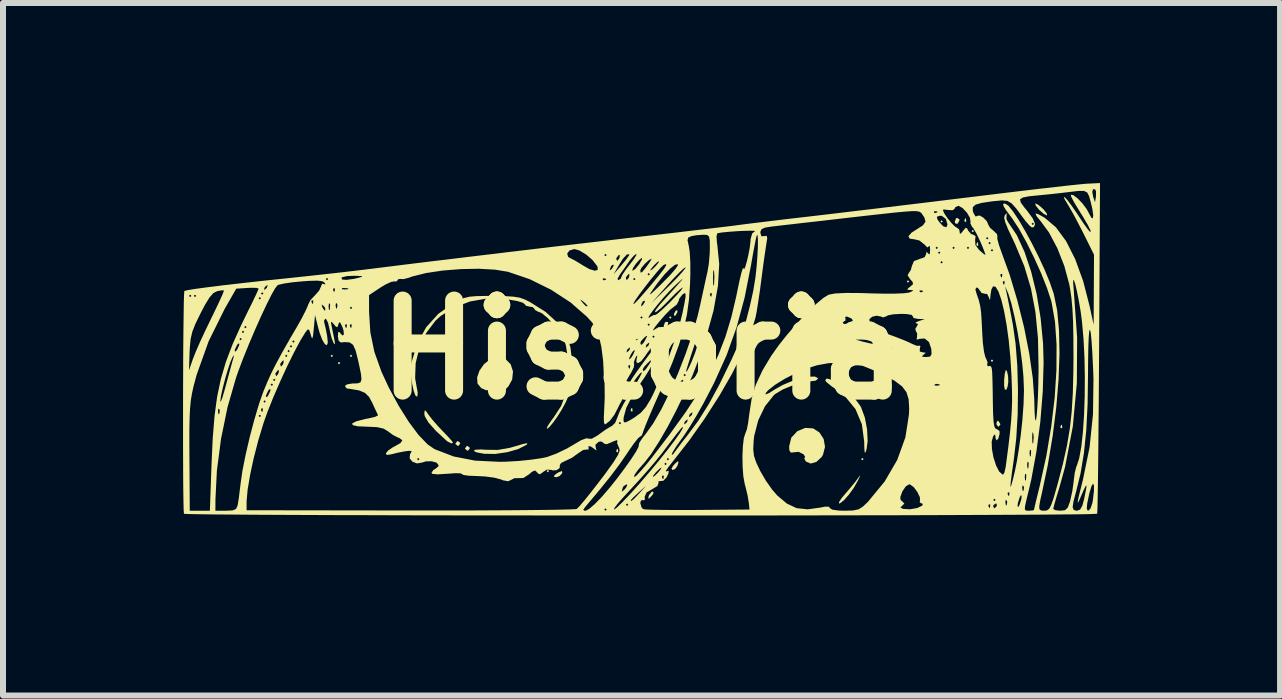
<source format=kicad_pcb>
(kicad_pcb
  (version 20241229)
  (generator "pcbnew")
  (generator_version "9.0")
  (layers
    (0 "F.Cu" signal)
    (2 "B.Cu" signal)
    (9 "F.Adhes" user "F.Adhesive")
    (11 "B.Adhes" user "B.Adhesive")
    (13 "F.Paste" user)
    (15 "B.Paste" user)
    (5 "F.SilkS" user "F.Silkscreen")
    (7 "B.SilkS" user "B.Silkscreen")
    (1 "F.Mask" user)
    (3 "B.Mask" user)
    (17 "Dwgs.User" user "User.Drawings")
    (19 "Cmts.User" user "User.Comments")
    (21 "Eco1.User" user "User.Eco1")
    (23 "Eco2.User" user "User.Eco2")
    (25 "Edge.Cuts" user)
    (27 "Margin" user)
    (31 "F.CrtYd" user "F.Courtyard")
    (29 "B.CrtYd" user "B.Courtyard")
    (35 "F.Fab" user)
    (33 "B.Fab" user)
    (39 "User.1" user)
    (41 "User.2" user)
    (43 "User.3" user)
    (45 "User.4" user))
  (footprint "Historia"
    (layer "F.Cu")
    (at 7.659 2.78)
    (property "Reference" "Historia" (at 0 0 0) (layer "F.SilkS") (effects (font (size 1.5 1.5) (thickness 0.3))))
    (attr board_only exclude_from_pos_files exclude_from_bom)
    (fp_poly (pts (xy -5.16 0.1) (xy -5.18 0.12) (xy -5.2 0.1) (xy -5.18 0.08)) (stroke (width 0) (type solid)) (fill yes) (layer "F.SilkS"))
    (fp_poly (pts (xy -5.04 0.22) (xy -5.06 0.24) (xy -5.08 0.22) (xy -5.06 0.2)) (stroke (width 0) (type solid)) (fill yes) (layer "F.SilkS"))
    (fp_poly (pts (xy -4.84 0.1) (xy -4.86 0.12) (xy -4.88 0.1) (xy -4.86 0.08)) (stroke (width 0) (type solid)) (fill yes) (layer "F.SilkS"))
    (fp_poly (pts (xy -1.56 2.02) (xy -1.58 2.04) (xy -1.6 2.02) (xy -1.58 2)) (stroke (width 0) (type solid)) (fill yes) (layer "F.SilkS"))
    (fp_poly (pts (xy 0.48 -0.54) (xy 0.46 -0.52) (xy 0.44 -0.54) (xy 0.46 -0.56)) (stroke (width 0) (type solid)) (fill yes) (layer "F.SilkS"))
    (fp_poly (pts (xy 2.56 -0.62) (xy 2.54 -0.6) (xy 2.52 -0.62) (xy 2.54 -0.64)) (stroke (width 0) (type solid)) (fill yes) (layer "F.SilkS"))
    (fp_poly (pts (xy 2.68 -0.66) (xy 2.66 -0.64) (xy 2.64 -0.66) (xy 2.66 -0.68)) (stroke (width 0) (type solid)) (fill yes) (layer "F.SilkS"))
    (fp_poly (pts (xy 3.68 1.82) (xy 3.66 1.84) (xy 3.64 1.82) (xy 3.66 1.8)) (stroke (width 0) (type solid)) (fill yes) (layer "F.SilkS"))
    (fp_poly (pts (xy 4.44 -1.14) (xy 4.42 -1.12) (xy 4.4 -1.14) (xy 4.42 -1.16)) (stroke (width 0) (type solid)) (fill yes) (layer "F.SilkS"))
    (fp_poly (pts (xy 5 -2.14) (xy 4.98 -2.12) (xy 4.96 -2.14) (xy 4.98 -2.16)) (stroke (width 0) (type solid)) (fill yes) (layer "F.SilkS"))
    (fp_poly (pts (xy 5.52 -1.98) (xy 5.5 -1.96) (xy 5.48 -1.98) (xy 5.5 -2)) (stroke (width 0) (type solid)) (fill yes) (layer "F.SilkS"))
    (fp_poly (pts (xy 5.84 0.18) (xy 5.82 0.2) (xy 5.8 0.18) (xy 5.82 0.16)) (stroke (width 0) (type solid)) (fill yes) (layer "F.SilkS"))
    (fp_poly (pts (xy -0.413 1.653) (xy -0.409 1.701) (xy -0.413 1.707) (xy -0.437 1.701) (xy -0.44 1.68) (xy -0.425 1.647)) (stroke (width 0) (type solid)) (fill yes) (layer "F.SilkS"))
    (fp_poly (pts (xy -0.173 0.973) (xy -0.169 1.021) (xy -0.173 1.027) (xy -0.197 1.021) (xy -0.2 1) (xy -0.185 0.967)) (stroke (width 0) (type solid)) (fill yes) (layer "F.SilkS"))
    (fp_poly (pts (xy 5.387 -2.187) (xy 5.391 -2.139) (xy 5.387 -2.133) (xy 5.363 -2.139) (xy 5.36 -2.16) (xy 5.375 -2.193)) (stroke (width 0) (type solid)) (fill yes) (layer "F.SilkS"))
    (fp_poly (pts (xy 5.587 -1.787) (xy 5.591 -1.739) (xy 5.587 -1.733) (xy 5.563 -1.739) (xy 5.56 -1.76) (xy 5.575 -1.793)) (stroke (width 0) (type solid)) (fill yes) (layer "F.SilkS"))
    (fp_poly (pts (xy 6.987 1.253) (xy 6.991 1.301) (xy 6.987 1.307) (xy 6.963 1.301) (xy 6.96 1.28) (xy 6.975 1.247)) (stroke (width 0) (type solid)) (fill yes) (layer "F.SilkS"))
    (fp_poly (pts (xy 0.582 -0.653) (xy 0.575 -0.622) (xy 0.543 -0.566) (xy 0.522 -0.575) (xy 0.52 -0.598) (xy 0.549 -0.652) (xy 0.56 -0.66)) (stroke (width 0) (type solid)) (fill yes) (layer "F.SilkS"))
    (fp_poly (pts (xy -3.041 1.55) (xy -3.04 1.56) (xy -3.07 1.599) (xy -3.08 1.6) (xy -3.119 1.57) (xy -3.12 1.56) (xy -3.09 1.521) (xy -3.08 1.52)) (stroke (width 0) (type solid)) (fill yes) (layer "F.SilkS"))
    (fp_poly (pts (xy -2.881 1.63) (xy -2.88 1.64) (xy -2.91 1.679) (xy -2.92 1.68) (xy -2.959 1.65) (xy -2.96 1.64) (xy -2.93 1.601) (xy -2.92 1.6)) (stroke (width 0) (type solid)) (fill yes) (layer "F.SilkS"))
    (fp_poly (pts (xy 0.182 2.384) (xy 0.16 2.42) (xy 0.113 2.47) (xy 0.096 2.48) (xy 0.096 2.45) (xy 0.106 2.42) (xy 0.147 2.367) (xy 0.169 2.36)) (stroke (width 0) (type solid)) (fill yes) (layer "F.SilkS"))
    (fp_poly (pts (xy 0.596 1.877) (xy 0.576 1.937) (xy 0.539 1.986) (xy 0.496 2.002) (xy 0.48 1.977) (xy 0.505 1.934) (xy 0.54 1.894) (xy 0.589 1.853)) (stroke (width 0) (type solid)) (fill yes) (layer "F.SilkS"))
    (fp_poly (pts (xy 5.279 -2.171) (xy 5.28 -2.162) (xy 5.251 -2.108) (xy 5.24 -2.1) (xy 5.206 -2.109) (xy 5.2 -2.138) (xy 5.221 -2.192) (xy 5.24 -2.2)) (stroke (width 0) (type solid)) (fill yes) (layer "F.SilkS"))
    (fp_poly (pts (xy 5.927 1.184) (xy 5.96 1.237) (xy 5.96 1.242) (xy 5.933 1.279) (xy 5.927 1.28) (xy 5.897 1.248) (xy 5.893 1.222) (xy 5.911 1.181)) (stroke (width 0) (type solid)) (fill yes) (layer "F.SilkS"))
    (fp_poly (pts (xy -1.34 2.045) (xy -1.345 2.059) (xy -1.385 2.102) (xy -1.441 2.123) (xy -1.478 2.111) (xy -1.48 2.101) (xy -1.449 2.07) (xy -1.401 2.04) (xy -1.345 2.018)) (stroke (width 0) (type solid)) (fill yes) (layer "F.SilkS"))
    (fp_poly (pts (xy 6.598 -2.413) (xy 6.672 -2.348) (xy 6.68 -2.34) (xy 6.732 -2.274) (xy 6.739 -2.241) (xy 6.734 -2.24) (xy 6.682 -2.267) (xy 6.608 -2.332) (xy 6.6 -2.34) (xy 6.548 -2.406) (xy 6.541 -2.439) (xy 6.546 -2.44)) (stroke (width 0) (type solid)) (fill yes) (layer "F.SilkS"))
    (fp_poly (pts (xy 6.07 0.355) (xy 6.087 0.431) (xy 6.088 0.433) (xy 6.092 0.529) (xy 6.08 0.613) (xy 6.059 0.665) (xy 6.034 0.66) (xy 6.033 0.657) (xy 6.022 0.596) (xy 6.023 0.497) (xy 6.033 0.398) (xy 6.05 0.337) (xy 6.052 0.334)) (stroke (width 0) (type solid)) (fill yes) (layer "F.SilkS"))
    (fp_poly (pts (xy 3.594 2.161) (xy 3.582 2.185) (xy 3.517 2.299) (xy 3.435 2.412) (xy 3.353 2.505) (xy 3.288 2.556) (xy 3.272 2.56) (xy 3.272 2.534) (xy 3.317 2.467) (xy 3.365 2.41) (xy 3.461 2.298) (xy 3.546 2.194) (xy 3.571 2.16) (xy 3.617 2.096) (xy 3.624 2.095)) (stroke (width 0) (type solid)) (fill yes) (layer "F.SilkS"))
    (fp_poly (pts (xy -3.615 1.015) (xy -3.569 1.08) (xy -3.504 1.164) (xy -3.407 1.275) (xy -3.331 1.355) (xy -3.241 1.449) (xy -3.179 1.519) (xy -3.16 1.545) (xy -3.186 1.558) (xy -3.246 1.53) (xy -3.275 1.508) (xy -3.449 1.346) (xy -3.57 1.209) (xy -3.631 1.105) (xy -3.638 1.068) (xy -3.634 1.011)) (stroke (width 0) (type solid)) (fill yes) (layer "F.SilkS"))
    (fp_poly (pts (xy -1.925 1.571) (xy -1.939 1.583) (xy -2.075 1.653) (xy -2.259 1.705) (xy -2.459 1.734) (xy -2.64 1.731) (xy -2.766 1.708) (xy -2.816 1.683) (xy -2.791 1.664) (xy -2.694 1.659) (xy -2.617 1.664) (xy -2.415 1.667) (xy -2.214 1.632) (xy -2.12 1.605) (xy -1.987 1.566) (xy -1.924 1.555)) (stroke (width 0) (type solid)) (fill yes) (layer "F.SilkS"))
    (fp_poly (pts (xy -2.285 0.153) (xy -2.2 0.24) (xy -2.161 0.36) (xy -2.175 0.494) (xy -2.235 0.604) (xy -2.292 0.665) (xy -2.333 0.667) (xy -2.378 0.628) (xy -2.452 0.575) (xy -2.517 0.561) (xy -2.55 0.587) (xy -2.546 0.62) (xy -2.549 0.669) (xy -2.606 0.673) (xy -2.69 0.637) (xy -2.752 0.562) (xy -2.759 0.459) (xy -2.72 0.346) (xy -2.645 0.239) (xy -2.545 0.158) (xy -2.429 0.121) (xy -2.409 0.12)) (stroke (width 0) (type solid)) (fill yes) (layer "F.SilkS"))
    (fp_poly (pts (xy 2.84 1.308) (xy 2.945 1.376) (xy 3.015 1.484) (xy 3.038 1.615) (xy 3.004 1.748) (xy 2.981 1.786) (xy 2.895 1.866) (xy 2.8 1.894) (xy 2.722 1.862) (xy 2.717 1.856) (xy 2.691 1.81) (xy 2.7 1.8) (xy 2.704 1.775) (xy 2.68 1.74) (xy 2.598 1.699) (xy 2.535 1.705) (xy 2.468 1.712) (xy 2.443 1.673) (xy 2.44 1.609) (xy 2.476 1.462) (xy 2.577 1.354) (xy 2.709 1.3)) (stroke (width 0) (type solid)) (fill yes) (layer "F.SilkS"))
    (fp_poly (pts (xy 3.129 0.492) (xy 3.223 0.544) (xy 3.333 0.624) (xy 3.445 0.721) (xy 3.546 0.826) (xy 3.622 0.928) (xy 3.639 0.958) (xy 3.701 1.126) (xy 3.739 1.325) (xy 3.748 1.519) (xy 3.729 1.66) (xy 3.71 1.713) (xy 3.699 1.707) (xy 3.693 1.635) (xy 3.691 1.528) (xy 3.652 1.239) (xy 3.545 0.986) (xy 3.372 0.775) (xy 3.251 0.68) (xy 3.143 0.603) (xy 3.067 0.541) (xy 3.041 0.51) (xy 3.064 0.477)) (stroke (width 0) (type solid)) (fill yes) (layer "F.SilkS"))
    (fp_poly (pts (xy -2.5 -0.898) (xy -2.298 -0.896) (xy -2.154 -0.887) (xy -2.049 -0.87) (xy -1.962 -0.839) (xy -1.88 -0.798) (xy -1.618 -0.633) (xy -1.425 -0.457) (xy -1.29 -0.261) (xy -1.289 -0.26) (xy -1.236 -0.147) (xy -1.204 -0.04) (xy -1.188 0.09) (xy -1.182 0.268) (xy -1.182 0.3) (xy -1.184 0.489) (xy -1.198 0.626) (xy -1.226 0.74) (xy -1.276 0.859) (xy -1.286 0.88) (xy -1.347 0.993) (xy -1.419 1.108) (xy -1.492 1.21) (xy -1.553 1.284) (xy -1.592 1.314) (xy -1.6 1.304) (xy -1.577 1.258) (xy -1.52 1.174) (xy -1.485 1.128) (xy -1.358 0.933) (xy -1.281 0.726) (xy -1.247 0.487) (xy -1.247 0.245) (xy -1.259 0.059) (xy -1.279 -0.071) (xy -1.312 -0.17) (xy -1.364 -0.263) (xy -1.371 -0.273) (xy -1.475 -0.413) (xy -1.583 -0.531) (xy -1.681 -0.612) (xy -1.75 -0.64) (xy -1.796 -0.665) (xy -1.8 -0.68) (xy -1.834 -0.713) (xy -1.88 -0.72) (xy -1.945 -0.735) (xy -1.96 -0.755) (xy -1.997 -0.786) (xy -2.094 -0.815) (xy -2.232 -0.838) (xy -2.391 -0.853) (xy -2.552 -0.856) (xy -2.607 -0.854) (xy -2.876 -0.807) (xy -3.137 -0.708) (xy -3.364 -0.567) (xy -3.453 -0.487) (xy -3.607 -0.282) (xy -3.719 -0.039) (xy -3.783 0.22) (xy -3.792 0.471) (xy -3.768 0.61) (xy -3.749 0.71) (xy -3.755 0.773) (xy -3.76 0.78) (xy -3.788 0.76) (xy -3.816 0.682) (xy -3.841 0.567) (xy -3.859 0.438) (xy -3.865 0.317) (xy -3.858 0.229) (xy -3.757 -0.104) (xy -3.608 -0.377) (xy -3.405 -0.601) (xy -3.166 -0.769) (xy -3.063 -0.827) (xy -2.977 -0.864) (xy -2.886 -0.886) (xy -2.77 -0.896) (xy -2.606 -0.899)) (stroke (width 0) (type solid)) (fill yes) (layer "F.SilkS"))
    (fp_poly (pts (xy 7.605 -0.04) (xy 7.602 0.421) (xy 7.599 0.859) (xy 7.595 1.266) (xy 7.592 1.637) (xy 7.588 1.965) (xy 7.585 2.243) (xy 7.581 2.465) (xy 7.578 2.623) (xy 7.574 2.712) (xy 7.572 2.73) (xy 7.531 2.733) (xy 7.415 2.737) (xy 7.228 2.74) (xy 6.976 2.742) (xy 6.662 2.745) (xy 6.293 2.747) (xy 5.872 2.749) (xy 5.404 2.751) (xy 4.894 2.753) (xy 4.347 2.755) (xy 3.767 2.756) (xy 3.16 2.757) (xy 2.529 2.758) (xy 1.88 2.759) (xy 1.218 2.759) (xy 0.547 2.759) (xy -0.128 2.759) (xy -0.803 2.759) (xy -1.472 2.759) (xy -2.131 2.758) (xy -2.776 2.758) (xy -3.4 2.757) (xy -4.001 2.756) (xy -4.572 2.754) (xy -5.109 2.753) (xy -5.608 2.751) (xy -6.064 2.749) (xy -6.471 2.747) (xy -6.826 2.744) (xy -7.123 2.742) (xy -7.358 2.739) (xy -7.526 2.736) (xy -7.622 2.733) (xy -7.644 2.73) (xy -7.649 2.663) (xy -7.652 2.53) (xy -7.655 2.339) (xy -7.657 2.1) (xy -7.658 1.823) (xy -7.659 1.608) (xy -7.554 1.608) (xy -7.553 1.796) (xy -7.547 2.68) (xy -7.38 2.68) (xy -7.212 2.68) (xy -7.12 2.68) (xy -6.943 2.68) (xy -6.832 2.675) (xy -6.825 2.672) (xy -6.6 2.672) (xy -3.87 2.676) (xy -3.409 2.676) (xy -2.972 2.676) (xy -2.564 2.674) (xy -2.193 2.672) (xy -1.865 2.669) (xy -1.586 2.666) (xy -1.407 2.663) (xy -0.991 2.663) (xy -0.973 2.679) (xy -0.949 2.68) (xy -0.911 2.66) (xy -0.64 2.66) (xy -0.62 2.68) (xy -0.6 2.66) (xy -0.48 2.66) (xy -0.473 2.659) (xy -0.424 2.622) (xy -0.382 2.58) (xy -0.28 2.58) (xy -0.26 2.6) (xy -0.24 2.58) (xy -0.26 2.56) (xy -0.28 2.58) (xy -0.382 2.58) (xy -0.355 2.554) (xy -0.04 2.554) (xy -0.018 2.629) (xy 0.01 2.654) (xy 0.063 2.66) (xy 0.184 2.664) (xy 0.36 2.667) (xy 0.579 2.668) (xy 0.827 2.668) (xy 0.92 2.667) (xy 1.78 2.66) (xy 1.767 2.54) (xy 1.748 2.427) (xy 1.714 2.285) (xy 1.7 2.234) (xy 1.677 2.109) (xy 1.665 1.947) (xy 1.662 1.772) (xy 1.667 1.654) (xy 1.842 1.654) (xy 1.854 1.765) (xy 1.892 1.878) (xy 1.959 2.019) (xy 2.05 2.176) (xy 2.157 2.328) (xy 2.242 2.426) (xy 2.403 2.561) (xy 2.564 2.637) (xy 2.747 2.657) (xy 2.971 2.626) (xy 3.03 2.613) (xy 3.101 2.612) (xy 3.12 2.636) (xy 3.158 2.662) (xy 3.265 2.677) (xy 3.365 2.68) (xy 3.505 2.676) (xy 3.597 2.657) (xy 3.671 2.61) (xy 3.755 2.53) (xy 3.817 2.454) (xy 4.292 2.454) (xy 4.298 2.502) (xy 4.325 2.524) (xy 4.36 2.561) (xy 4.324 2.596) (xy 4.294 2.628) (xy 4.338 2.649) (xy 4.344 2.65) (xy 4.455 2.656) (xy 4.575 2.635) (xy 4.647 2.6) (xy 5.76 2.6) (xy 5.775 2.633) (xy 5.787 2.627) (xy 5.789 2.6) (xy 5.84 2.6) (xy 5.854 2.639) (xy 5.858 2.64) (xy 5.892 2.612) (xy 5.9 2.6) (xy 6.246 2.6) (xy 6.256 2.622) (xy 6.28 2.58) (xy 6.309 2.487) (xy 6.314 2.44) (xy 6.304 2.418) (xy 6.28 2.46) (xy 6.251 2.553) (xy 6.246 2.6) (xy 5.9 2.6) (xy 5.897 2.563) (xy 5.882 2.56) (xy 5.842 2.589) (xy 5.84 2.6) (xy 5.789 2.6) (xy 5.791 2.579) (xy 5.787 2.573) (xy 5.763 2.579) (xy 5.76 2.6) (xy 4.647 2.6) (xy 4.658 2.595) (xy 4.668 2.564) (xy 4.646 2.56) (xy 4.614 2.537) (xy 4.614 2.537) (xy 6.043 2.537) (xy 6.051 2.589) (xy 6.064 2.589) (xy 6.074 2.536) (xy 6.067 2.513) (xy 6.05 2.497) (xy 6.043 2.537) (xy 4.614 2.537) (xy 4.62 2.52) (xy 4.62 2.5) (xy 5.84 2.5) (xy 5.86 2.52) (xy 5.88 2.5) (xy 5.86 2.48) (xy 5.84 2.5) (xy 4.62 2.5) (xy 4.619 2.457) (xy 4.592 2.4) (xy 6.08 2.4) (xy 6.095 2.433) (xy 6.107 2.427) (xy 6.111 2.379) (xy 6.107 2.373) (xy 6.083 2.379) (xy 6.08 2.4) (xy 4.592 2.4) (xy 4.578 2.37) (xy 4.524 2.297) (xy 6.323 2.297) (xy 6.331 2.349) (xy 6.344 2.349) (xy 6.354 2.296) (xy 6.347 2.272) (xy 6.33 2.257) (xy 6.323 2.297) (xy 4.524 2.297) (xy 4.517 2.288) (xy 4.455 2.242) (xy 4.441 2.24) (xy 4.385 2.273) (xy 4.329 2.354) (xy 4.324 2.364) (xy 4.292 2.454) (xy 3.817 2.454) (xy 4.032 2.193) (xy 4.241 1.834) (xy 4.377 1.458) (xy 4.437 1.073) (xy 4.44 0.97) (xy 4.431 0.822) (xy 4.395 0.706) (xy 4.322 0.608) (xy 4.298 0.59) (xy 4.857 0.59) (xy 4.897 0.597) (xy 4.949 0.589) (xy 4.949 0.576) (xy 4.896 0.566) (xy 4.872 0.573) (xy 4.857 0.59) (xy 4.298 0.59) (xy 4.2 0.516) (xy 4.017 0.415) (xy 3.953 0.382) (xy 3.661 0.264) (xy 3.384 0.211) (xy 3.098 0.221) (xy 2.902 0.257) (xy 2.735 0.31) (xy 2.55 0.388) (xy 2.367 0.482) (xy 2.208 0.58) (xy 2.091 0.672) (xy 2.049 0.721) (xy 2.05 0.743) (xy 2.11 0.717) (xy 2.201 0.659) (xy 2.331 0.586) (xy 2.48 0.523) (xy 2.631 0.476) (xy 2.765 0.448) (xy 2.866 0.444) (xy 2.917 0.468) (xy 2.92 0.48) (xy 2.886 0.511) (xy 2.827 0.52) (xy 2.678 0.539) (xy 2.503 0.59) (xy 2.335 0.659) (xy 2.207 0.736) (xy 2.186 0.754) (xy 2.038 0.939) (xy 1.925 1.174) (xy 1.858 1.432) (xy 1.849 1.51) (xy 1.842 1.654) (xy 1.667 1.654) (xy 1.669 1.605) (xy 1.685 1.47) (xy 1.711 1.389) (xy 1.713 1.386) (xy 1.736 1.324) (xy 1.758 1.209) (xy 1.775 1.076) (xy 1.815 0.815) (xy 1.885 0.58) (xy 1.996 0.342) (xy 2.141 0.1) (xy 2.219 -0.01) (xy 4.057 -0.01) (xy 4.097 -0.003) (xy 4.149 -0.011) (xy 4.149 -0.024) (xy 4.096 -0.034) (xy 4.072 -0.027) (xy 4.057 -0.01) (xy 2.219 -0.01) (xy 2.263 -0.072) (xy 2.351 -0.184) (xy 3.534 -0.184) (xy 3.58 -0.162) (xy 3.66 -0.139) (xy 3.799 -0.106) (xy 3.891 -0.091) (xy 3.928 -0.093) (xy 3.902 -0.111) (xy 3.82 -0.141) (xy 3.692 -0.175) (xy 3.579 -0.192) (xy 3.56 -0.192) (xy 3.534 -0.184) (xy 2.351 -0.184) (xy 2.41 -0.257) (xy 2.55 -0.419) (xy 3.758 -0.419) (xy 3.773 -0.395) (xy 3.85 -0.354) (xy 3.974 -0.303) (xy 4.047 -0.277) (xy 4.212 -0.217) (xy 4.36 -0.159) (xy 4.464 -0.113) (xy 4.484 -0.102) (xy 4.566 -0.068) (xy 4.617 -0.07) (xy 4.628 -0.064) (xy 4.618 -0.029) (xy 4.617 0.027) (xy 4.666 0.041) (xy 4.715 0.047) (xy 4.689 0.074) (xy 4.68 0.08) (xy 4.651 0.108) (xy 4.692 0.119) (xy 4.722 0.119) (xy 4.789 0.112) (xy 4.813 0.071) (xy 4.808 -0.019) (xy 4.77 -0.131) (xy 4.698 -0.19) (xy 4.609 -0.184) (xy 4.594 -0.176) (xy 4.563 -0.174) (xy 4.571 -0.212) (xy 4.573 -0.28) (xy 4.556 -0.302) (xy 4.542 -0.349) (xy 4.563 -0.384) (xy 4.588 -0.43) (xy 4.555 -0.444) (xy 4.546 -0.456) (xy 4.6 -0.48) (xy 4.7 -0.512) (xy 4.588 -0.516) (xy 4.514 -0.531) (xy 4.5 -0.56) (xy 4.479 -0.584) (xy 4.389 -0.598) (xy 4.305 -0.6) (xy 4.179 -0.593) (xy 4.088 -0.576) (xy 4.06 -0.56) (xy 4.007 -0.541) (xy 3.968 -0.556) (xy 3.897 -0.57) (xy 3.824 -0.552) (xy 3.778 -0.514) (xy 3.78 -0.481) (xy 3.773 -0.432) (xy 3.758 -0.419) (xy 2.55 -0.419) (xy 2.571 -0.442) (xy 2.584 -0.456) (xy 3.334 -0.456) (xy 3.34 -0.44) (xy 3.394 -0.423) (xy 3.448 -0.444) (xy 3.502 -0.484) (xy 3.486 -0.516) (xy 3.475 -0.524) (xy 3.404 -0.556) (xy 3.372 -0.548) (xy 3.38 -0.52) (xy 3.376 -0.483) (xy 3.36 -0.48) (xy 3.334 -0.456) (xy 2.584 -0.456) (xy 2.733 -0.614) (xy 2.884 -0.76) (xy 3.012 -0.867) (xy 3.1 -0.92) (xy 3.206 -0.94) (xy 3.388 -0.949) (xy 3.643 -0.947) (xy 3.785 -0.942) (xy 4.003 -0.937) (xy 4.195 -0.937) (xy 4.345 -0.943) (xy 4.436 -0.954) (xy 4.447 -0.958) (xy 4.506 -0.985) (xy 4.504 -0.987) (xy 4.613 -0.987) (xy 4.619 -0.963) (xy 4.64 -0.96) (xy 4.673 -0.975) (xy 4.667 -0.987) (xy 4.619 -0.991) (xy 4.613 -0.987) (xy 4.504 -0.987) (xy 4.494 -0.996) (xy 4.462 -0.997) (xy 4.409 -1.003) (xy 4.412 -1.008) (xy 5.543 -1.008) (xy 5.565 -0.93) (xy 5.599 -0.834) (xy 5.622 -0.741) (xy 5.638 -0.63) (xy 5.648 -0.48) (xy 5.657 -0.29) (xy 5.668 -0.114) (xy 5.687 0.03) (xy 5.709 0.121) (xy 5.719 0.138) (xy 5.747 0.207) (xy 5.74 0.239) (xy 5.745 0.271) (xy 5.765 0.271) (xy 5.789 0.268) (xy 5.805 0.278) (xy 5.817 0.313) (xy 5.824 0.385) (xy 5.828 0.506) (xy 5.832 0.687) (xy 5.834 0.85) (xy 5.838 1.055) (xy 5.846 1.192) (xy 5.859 1.274) (xy 5.878 1.312) (xy 5.9 1.32) (xy 5.945 1.351) (xy 5.947 1.399) (xy 5.925 1.478) (xy 5.899 1.508) (xy 5.881 1.479) (xy 5.879 1.457) (xy 5.873 1.406) (xy 5.846 1.43) (xy 5.839 1.44) (xy 5.815 1.527) (xy 5.819 1.652) (xy 5.845 1.793) (xy 5.888 1.926) (xy 5.94 2.028) (xy 5.997 2.077) (xy 6.006 2.079) (xy 6.027 2.044) (xy 6.047 1.957) (xy 6.051 1.93) (xy 6.091 1.625) (xy 6.12 1.38) (xy 6.139 1.18) (xy 6.15 1.005) (xy 6.155 0.838) (xy 6.153 0.661) (xy 6.146 0.456) (xy 6.144 0.417) (xy 6.126 0.123) (xy 6.099 -0.159) (xy 6.063 -0.42) (xy 6.021 -0.649) (xy 5.975 -0.837) (xy 5.927 -0.975) (xy 5.88 -1.051) (xy 5.838 -1.059) (xy 5.81 -1.006) (xy 5.795 -0.911) (xy 5.795 -0.908) (xy 5.788 -0.836) (xy 5.778 -0.842) (xy 5.772 -0.868) (xy 5.739 -0.931) (xy 5.703 -0.935) (xy 5.646 -0.949) (xy 5.626 -0.978) (xy 5.585 -1.032) (xy 5.562 -1.04) (xy 5.543 -1.008) (xy 4.412 -1.008) (xy 4.424 -1.028) (xy 4.457 -1.053) (xy 4.465 -1.06) (xy 6.038 -1.06) (xy 6.061 -0.96) (xy 6.078 -0.881) (xy 6.106 -0.743) (xy 6.14 -0.569) (xy 6.168 -0.42) (xy 6.213 -0.104) (xy 6.242 0.266) (xy 6.253 0.667) (xy 6.248 1.075) (xy 6.225 1.468) (xy 6.185 1.817) (xy 6.152 2.047) (xy 6.133 2.2) (xy 6.127 2.275) (xy 6.136 2.274) (xy 6.158 2.199) (xy 6.178 2.12) (xy 6.366 2.12) (xy 6.373 2.177) (xy 6.386 2.17) (xy 6.392 2.088) (xy 6.386 2.07) (xy 6.372 2.065) (xy 6.366 2.12) (xy 6.178 2.12) (xy 6.195 2.049) (xy 6.202 2.02) (xy 6.222 1.92) (xy 6.406 1.92) (xy 6.413 1.977) (xy 6.426 1.97) (xy 6.432 1.888) (xy 6.426 1.87) (xy 6.412 1.865) (xy 6.406 1.92) (xy 6.222 1.92) (xy 6.236 1.849) (xy 6.257 1.72) (xy 6.446 1.72) (xy 6.453 1.777) (xy 6.466 1.77) (xy 6.472 1.688) (xy 6.466 1.67) (xy 6.452 1.665) (xy 6.446 1.72) (xy 6.257 1.72) (xy 6.271 1.628) (xy 6.294 1.46) (xy 6.49 1.46) (xy 6.493 1.542) (xy 6.502 1.564) (xy 6.507 1.55) (xy 6.515 1.454) (xy 6.508 1.39) (xy 6.498 1.368) (xy 6.491 1.416) (xy 6.49 1.46) (xy 6.294 1.46) (xy 6.303 1.388) (xy 6.325 1.186) (xy 6.346 0.906) (xy 6.353 0.67) (xy 6.344 0.443) (xy 6.324 0.226) (xy 6.289 -0.039) (xy 6.245 -0.306) (xy 6.195 -0.556) (xy 6.144 -0.77) (xy 6.095 -0.928) (xy 6.082 -0.96) (xy 6.038 -1.06) (xy 4.465 -1.06) (xy 4.506 -1.097) (xy 4.499 -1.12) (xy 6 -1.12) (xy 6.015 -1.087) (xy 6.027 -1.093) (xy 6.031 -1.141) (xy 6.027 -1.147) (xy 6.003 -1.141) (xy 6 -1.12) (xy 4.499 -1.12) (xy 4.495 -1.137) (xy 4.458 -1.176) (xy 4.416 -1.24) (xy 5.96 -1.24) (xy 5.975 -1.207) (xy 5.987 -1.213) (xy 5.991 -1.261) (xy 5.987 -1.267) (xy 5.963 -1.261) (xy 5.96 -1.24) (xy 4.416 -1.24) (xy 4.415 -1.242) (xy 4.429 -1.274) (xy 4.467 -1.33) (xy 4.486 -1.4) (xy 4.512 -1.46) (xy 4.96 -1.46) (xy 4.98 -1.44) (xy 5 -1.46) (xy 4.98 -1.48) (xy 4.96 -1.46) (xy 4.512 -1.46) (xy 4.52 -1.48) (xy 4.607 -1.512) (xy 4.61 -1.513) (xy 4.699 -1.545) (xy 4.721 -1.593) (xy 4.729 -1.635) (xy 4.756 -1.606) (xy 4.78 -1.59) (xy 4.785 -1.62) (xy 4.92 -1.62) (xy 4.94 -1.6) (xy 4.96 -1.62) (xy 4.94 -1.64) (xy 4.92 -1.62) (xy 4.785 -1.62) (xy 4.789 -1.65) (xy 4.789 -1.666) (xy 4.786 -1.7) (xy 4.88 -1.7) (xy 4.9 -1.68) (xy 4.92 -1.7) (xy 5.16 -1.7) (xy 5.18 -1.68) (xy 5.2 -1.7) (xy 5.4 -1.7) (xy 5.42 -1.68) (xy 5.44 -1.7) (xy 5.42 -1.72) (xy 5.4 -1.7) (xy 5.2 -1.7) (xy 5.18 -1.72) (xy 5.16 -1.7) (xy 4.92 -1.7) (xy 4.9 -1.72) (xy 4.88 -1.7) (xy 4.786 -1.7) (xy 4.784 -1.73) (xy 4.771 -1.73) (xy 4.77 -1.727) (xy 4.743 -1.706) (xy 4.695 -1.756) (xy 4.693 -1.757) (xy 4.612 -1.822) (xy 4.54 -1.84) (xy 4.448 -1.854) (xy 4.428 -1.894) (xy 4.482 -1.955) (xy 4.559 -2.004) (xy 4.669 -2.075) (xy 4.712 -2.136) (xy 4.694 -2.206) (xy 4.686 -2.217) (xy 4.901 -2.217) (xy 4.909 -2.179) (xy 4.941 -2.13) (xy 5.008 -2.059) (xy 5.059 -2.043) (xy 5.079 -2.088) (xy 5.079 -2.09) (xy 5.051 -2.182) (xy 4.985 -2.233) (xy 4.944 -2.234) (xy 4.901 -2.217) (xy 4.686 -2.217) (xy 4.661 -2.255) (xy 4.645 -2.277) (xy 4.627 -2.294) (xy 4.601 -2.305) (xy 4.591 -2.307) (xy 4.853 -2.307) (xy 4.859 -2.283) (xy 4.88 -2.28) (xy 4.913 -2.295) (xy 4.907 -2.307) (xy 4.859 -2.311) (xy 4.853 -2.307) (xy 4.591 -2.307) (xy 4.556 -2.312) (xy 4.486 -2.312) (xy 4.383 -2.305) (xy 4.237 -2.292) (xy 4.042 -2.271) (xy 3.789 -2.243) (xy 3.47 -2.207) (xy 3.22 -2.178) (xy 2.954 -2.147) (xy 2.702 -2.119) (xy 2.479 -2.093) (xy 2.301 -2.073) (xy 2.184 -2.059) (xy 2.17 -2.058) (xy 2.045 -2.039) (xy 1.982 -2.013) (xy 1.961 -1.969) (xy 1.96 -1.953) (xy 1.977 -1.894) (xy 2.025 -1.896) (xy 2.066 -1.901) (xy 2.075 -1.857) (xy 2.064 -1.791) (xy 2.05 -1.699) (xy 2.028 -1.55) (xy 2.002 -1.364) (xy 1.979 -1.186) (xy 1.952 -0.981) (xy 1.923 -0.789) (xy 1.898 -0.632) (xy 1.881 -0.544) (xy 1.799 -0.272) (xy 1.666 0.044) (xy 1.491 0.393) (xy 1.279 0.761) (xy 1.038 1.137) (xy 0.775 1.51) (xy 0.503 1.858) (xy 0.428 1.953) (xy 0.387 2.014) (xy 0.39 2.026) (xy 0.39 2.026) (xy 0.434 2.013) (xy 0.428 2.06) (xy 0.397 2.126) (xy 0.343 2.181) (xy 0.299 2.185) (xy 0.261 2.19) (xy 0.264 2.216) (xy 0.245 2.268) (xy 0.164 2.318) (xy 0.162 2.319) (xy 0.065 2.375) (xy 0.033 2.445) (xy 0.036 2.493) (xy 0.017 2.508) (xy 0.001 2.501) (xy -0.032 2.512) (xy -0.04 2.554) (xy -0.355 2.554) (xy -0.335 2.535) (xy -0.309 2.507) (xy -0.2 2.507) (xy -0.188 2.518) (xy -0.144 2.482) (xy -0.059 2.392) (xy -0.057 2.39) (xy 0.06 2.26) (xy -0.07 2.377) (xy -0.149 2.451) (xy -0.195 2.499) (xy -0.2 2.507) (xy -0.309 2.507) (xy -0.218 2.412) (xy -0.084 2.263) (xy -0.052 2.228) (xy 0.04 2.12) (xy 0.168 2.12) (xy 0.206 2.094) (xy 0.26 2.04) (xy 0.306 1.982) (xy 0.312 1.96) (xy 0.274 1.986) (xy 0.22 2.04) (xy 0.174 2.098) (xy 0.168 2.12) (xy 0.32 2.12) (xy 0.335 2.153) (xy 0.347 2.147) (xy 0.351 2.099) (xy 0.347 2.093) (xy 0.323 2.099) (xy 0.32 2.12) (xy 0.168 2.12) (xy 0.04 2.12) (xy 0.116 2.032) (xy 0.226 1.9) (xy 0.36 1.9) (xy 0.38 1.92) (xy 0.4 1.9) (xy 0.38 1.88) (xy 0.36 1.9) (xy 0.226 1.9) (xy 0.274 1.841) (xy 0.291 1.82) (xy 0.4 1.82) (xy 0.42 1.84) (xy 0.44 1.82) (xy 0.42 1.8) (xy 0.4 1.82) (xy 0.291 1.82) (xy 0.352 1.744) (xy 0.482 1.744) (xy 0.501 1.745) (xy 0.532 1.705) (xy 0.582 1.636) (xy 0.663 1.529) (xy 0.745 1.425) (xy 0.926 1.181) (xy 1.104 0.898) (xy 1.285 0.564) (xy 1.477 0.169) (xy 1.572 -0.041) (xy 1.643 -0.227) (xy 1.717 -0.465) (xy 1.785 -0.727) (xy 1.842 -0.985) (xy 1.879 -1.209) (xy 1.898 -1.384) (xy 1.911 -1.558) (xy 1.919 -1.714) (xy 1.92 -1.836) (xy 1.914 -1.907) (xy 1.904 -1.917) (xy 1.891 -1.873) (xy 1.869 -1.766) (xy 1.84 -1.612) (xy 1.807 -1.426) (xy 1.805 -1.412) (xy 1.698 -0.87) (xy 1.565 -0.379) (xy 1.399 0.086) (xy 1.188 0.554) (xy 1.012 0.892) (xy 0.906 1.08) (xy 0.794 1.266) (xy 0.691 1.424) (xy 0.639 1.496) (xy 0.558 1.609) (xy 0.502 1.699) (xy 0.482 1.744) (xy 0.352 1.744) (xy 0.415 1.664) (xy 0.532 1.51) (xy 0.618 1.389) (xy 0.666 1.309) (xy 0.668 1.28) (xy 0.668 1.28) (xy 0.638 1.31) (xy 0.573 1.39) (xy 0.484 1.506) (xy 0.436 1.569) (xy 0.32 1.723) (xy 0.207 1.864) (xy 0.083 2.009) (xy -0.064 2.175) (xy -0.249 2.376) (xy -0.318 2.45) (xy -0.41 2.554) (xy -0.467 2.628) (xy -0.48 2.66) (xy -0.6 2.66) (xy -0.6 2.66) (xy -0.62 2.64) (xy -0.64 2.66) (xy -0.911 2.66) (xy -0.895 2.652) (xy -0.806 2.576) (xy -0.699 2.468) (xy -0.665 2.43) (xy -0.598 2.352) (xy -0.347 2.352) (xy -0.344 2.36) (xy -0.31 2.334) (xy -0.28 2.3) (xy -0.256 2.251) (xy -0.271 2.24) (xy -0.319 2.272) (xy -0.334 2.3) (xy -0.347 2.352) (xy -0.598 2.352) (xy -0.539 2.283) (xy -0.412 2.123) (xy -0.409 2.118) (xy -0.14 2.118) (xy -0.135 2.119) (xy -0.097 2.088) (xy -0.023 2.008) (xy 0.075 1.892) (xy 0.142 1.809) (xy 0.456 1.399) (xy 0.572 1.237) (xy 0.69 1.237) (xy 0.695 1.24) (xy 0.732 1.212) (xy 0.74 1.2) (xy 0.75 1.163) (xy 0.745 1.16) (xy 0.708 1.188) (xy 0.7 1.2) (xy 0.69 1.237) (xy 0.572 1.237) (xy 0.659 1.117) (xy 0.77 1.117) (xy 0.775 1.12) (xy 0.812 1.092) (xy 0.82 1.08) (xy 0.83 1.043) (xy 0.825 1.04) (xy 0.788 1.068) (xy 0.78 1.08) (xy 0.77 1.117) (xy 0.659 1.117) (xy 0.719 1.033) (xy 0.937 0.7) (xy 1.116 0.388) (xy 1.261 0.085) (xy 1.379 -0.221) (xy 1.476 -0.542) (xy 1.558 -0.888) (xy 1.578 -0.987) (xy 1.614 -1.158) (xy 1.645 -1.286) (xy 1.668 -1.358) (xy 1.679 -1.364) (xy 1.68 -1.36) (xy 1.691 -1.343) (xy 1.71 -1.386) (xy 1.735 -1.473) (xy 1.761 -1.583) (xy 1.783 -1.7) (xy 1.796 -1.805) (xy 1.798 -1.847) (xy 1.825 -1.942) (xy 1.87 -1.976) (xy 1.866 -1.984) (xy 1.796 -1.986) (xy 1.673 -1.983) (xy 1.608 -1.98) (xy 1.451 -1.969) (xy 1.325 -1.957) (xy 1.252 -1.945) (xy 1.243 -1.942) (xy 1.23 -1.894) (xy 1.236 -1.797) (xy 1.243 -1.751) (xy 1.275 -1.431) (xy 1.254 -1.067) (xy 1.18 -0.654) (xy 1.051 -0.188) (xy 0.938 0.146) (xy 0.831 0.421) (xy 0.702 0.712) (xy 0.561 1.005) (xy 0.415 1.284) (xy 0.271 1.532) (xy 0.14 1.736) (xy 0.035 1.871) (xy -0.082 2.005) (xy -0.139 2.087) (xy -0.14 2.118) (xy -0.409 2.118) (xy -0.293 1.963) (xy -0.19 1.817) (xy -0.112 1.697) (xy -0.069 1.615) (xy -0.066 1.587) (xy -0.056 1.547) (xy -0.004 1.468) (xy 0.048 1.403) (xy 0.172 1.23) (xy 0.308 0.995) (xy 0.448 0.713) (xy 0.499 0.595) (xy 0.61 0.595) (xy 0.64 0.576) (xy 0.645 0.571) (xy 0.677 0.518) (xy 0.672 0.499) (xy 0.643 0.511) (xy 0.623 0.548) (xy 0.61 0.595) (xy 0.499 0.595) (xy 0.576 0.42) (xy 0.68 0.42) (xy 0.7 0.44) (xy 0.72 0.42) (xy 0.7 0.4) (xy 0.68 0.42) (xy 0.576 0.42) (xy 0.585 0.4) (xy 0.601 0.36) (xy 0.722 0.36) (xy 0.736 0.357) (xy 0.769 0.297) (xy 0.815 0.197) (xy 0.864 0.073) (xy 0.881 0.025) (xy 0.929 -0.128) (xy 0.967 -0.282) (xy 0.978 -0.34) (xy 0.977 -0.369) (xy 0.955 -0.33) (xy 0.916 -0.232) (xy 0.863 -0.083) (xy 0.862 -0.08) (xy 0.805 0.091) (xy 0.76 0.232) (xy 0.73 0.327) (xy 0.722 0.36) (xy 0.601 0.36) (xy 0.713 0.072) (xy 0.826 -0.255) (xy 0.916 -0.567) (xy 0.956 -0.74) (xy 0.995 -0.92) (xy 1.12 -0.92) (xy 1.135 -0.887) (xy 1.147 -0.893) (xy 1.151 -0.941) (xy 1.147 -0.947) (xy 1.123 -0.941) (xy 1.12 -0.92) (xy 0.995 -0.92) (xy 0.997 -0.929) (xy 1.036 -1.108) (xy 1.056 -1.2) (xy 1.172 -1.2) (xy 1.174 -1.101) (xy 1.181 -1.064) (xy 1.189 -1.09) (xy 1.195 -1.219) (xy 1.189 -1.31) (xy 1.18 -1.335) (xy 1.174 -1.289) (xy 1.172 -1.2) (xy 1.056 -1.2) (xy 1.067 -1.249) (xy 1.079 -1.3) (xy 1.102 -1.435) (xy 1.116 -1.601) (xy 1.119 -1.69) (xy 1.118 -1.819) (xy 1.106 -1.888) (xy 1.074 -1.915) (xy 1.014 -1.919) (xy 1.01 -1.919) (xy 0.892 -1.91) (xy 0.814 -1.896) (xy 0.76 -1.873) (xy 0.747 -1.827) (xy 0.767 -1.734) (xy 0.769 -1.726) (xy 0.784 -1.624) (xy 0.793 -1.462) (xy 0.794 -1.262) (xy 0.789 -1.1) (xy 0.771 -0.836) (xy 0.737 -0.59) (xy 0.683 -0.345) (xy 0.605 -0.086) (xy 0.498 0.203) (xy 0.358 0.539) (xy 0.278 0.721) (xy 0.186 0.929) (xy 0.107 1.113) (xy 0.046 1.26) (xy 0.009 1.358) (xy 0 1.391) (xy -0.024 1.437) (xy -0.038 1.44) (xy -0.076 1.471) (xy -0.143 1.555) (xy -0.227 1.674) (xy -0.253 1.714) (xy -0.382 1.901) (xy -0.542 2.114) (xy -0.743 2.362) (xy -0.952 2.61) (xy -0.991 2.663) (xy -1.407 2.663) (xy -1.364 2.662) (xy -1.205 2.658) (xy -1.115 2.653) (xy -1.098 2.65) (xy -1.051 2.602) (xy -0.968 2.505) (xy -0.863 2.374) (xy -0.747 2.225) (xy -0.631 2.073) (xy -0.53 1.933) (xy -0.484 1.868) (xy -0.411 1.75) (xy -0.383 1.676) (xy -0.395 1.626) (xy -0.4 1.62) (xy -0.427 1.551) (xy -0.419 1.518) (xy -0.43 1.504) (xy -0.493 1.526) (xy -0.512 1.536) (xy -0.604 1.573) (xy -0.646 1.56) (xy -0.649 1.552) (xy -0.694 1.525) (xy -0.737 1.533) (xy -0.788 1.582) (xy -0.782 1.63) (xy -0.77 1.676) (xy -0.801 1.655) (xy -0.806 1.65) (xy -0.864 1.609) (xy -0.904 1.604) (xy -0.902 1.637) (xy -0.9 1.64) (xy -0.906 1.663) (xy -0.929 1.659) (xy -0.994 1.669) (xy -1.072 1.721) (xy -1.179 1.798) (xy -1.281 1.846) (xy -1.357 1.883) (xy -1.381 1.917) (xy -1.38 1.919) (xy -1.384 1.969) (xy -1.435 2.004) (xy -1.502 2.008) (xy -1.52 2) (xy -1.598 1.995) (xy -1.652 2.03) (xy -1.711 2.073) (xy -1.748 2.057) (xy -1.76 2.039) (xy -1.795 2.009) (xy -1.845 2.031) (xy -1.892 2.072) (xy -1.987 2.134) (xy -2.054 2.137) (xy -2.139 2.138) (xy -2.18 2.16) (xy -2.241 2.189) (xy -2.324 2.174) (xy -2.367 2.157) (xy -2.475 2.129) (xy -2.626 2.109) (xy -2.763 2.102) (xy -2.895 2.097) (xy -2.984 2.085) (xy -3.013 2.069) (xy -3.013 2.069) (xy -3.039 2.056) (xy -3.126 2.055) (xy -3.254 2.064) (xy -3.257 2.064) (xy -3.416 2.074) (xy -3.503 2.066) (xy -3.52 2.05) (xy -3.488 2.001) (xy -3.46 1.986) (xy -3.407 1.944) (xy -3.4 1.922) (xy -3.434 1.879) (xy -3.515 1.856) (xy -3.612 1.857) (xy -3.675 1.877) (xy -3.76 1.892) (xy -3.837 1.863) (xy -3.872 1.82) (xy -3.76 1.82) (xy -3.74 1.84) (xy -3.72 1.82) (xy -3.74 1.8) (xy -3.76 1.82) (xy -3.872 1.82) (xy -3.883 1.806) (xy -3.877 1.738) (xy -3.869 1.727) (xy -3.849 1.69) (xy -3.882 1.681) (xy -3.961 1.69) (xy -4.085 1.714) (xy -4.189 1.74) (xy -4.19 1.74) (xy -4.264 1.751) (xy -4.28 1.726) (xy -4.244 1.679) (xy -4.163 1.623) (xy -4.14 1.612) (xy -4.035 1.552) (xy -4.005 1.507) (xy -4.049 1.471) (xy -4.075 1.462) (xy -4.161 1.418) (xy -4.241 1.359) (xy -4.32 1.311) (xy -4.429 1.287) (xy -4.586 1.28) (xy -4.748 1.273) (xy -4.833 1.253) (xy -4.84 1.225) (xy -4.772 1.19) (xy -4.628 1.153) (xy -4.548 1.137) (xy -4.456 1.115) (xy -4.411 1.091) (xy -4.411 1.085) (xy -4.435 1.036) (xy -4.479 0.942) (xy -4.502 0.89) (xy -4.56 0.783) (xy -4.628 0.716) (xy -4.727 0.675) (xy -4.88 0.649) (xy -4.93 0.643) (xy -4.959 0.609) (xy -4.96 0.6) (xy -4.925 0.574) (xy -4.838 0.56) (xy -4.82 0.56) (xy -4.746 0.557) (xy -4.702 0.54) (xy -4.686 0.493) (xy -4.694 0.403) (xy -4.724 0.256) (xy -4.744 0.165) (xy -4.784 0.009) (xy -4.825 -0.083) (xy -4.882 -0.124) (xy -4.969 -0.13) (xy -5.03 -0.123) (xy -5.067 -0.153) (xy -5.079 -0.228) (xy -5.073 -0.299) (xy -5.052 -0.296) (xy -5.042 -0.281) (xy -5 -0.238) (xy -4.979 -0.258) (xy -4.985 -0.325) (xy -5.005 -0.384) (xy -5.013 -0.4) (xy -4.96 -0.4) (xy -4.945 -0.367) (xy -4.933 -0.373) (xy -4.931 -0.4) (xy -4.88 -0.4) (xy -4.865 -0.367) (xy -4.853 -0.373) (xy -4.849 -0.421) (xy -4.853 -0.427) (xy -4.877 -0.421) (xy -4.88 -0.4) (xy -4.931 -0.4) (xy -4.929 -0.421) (xy -4.933 -0.427) (xy -4.957 -0.421) (xy -4.96 -0.4) (xy -5.013 -0.4) (xy -5.04 -0.456) (xy -5.06 -0.457) (xy -5.07 -0.427) (xy -5.087 -0.377) (xy -5.115 -0.39) (xy -5.146 -0.427) (xy -5.185 -0.47) (xy -5.194 -0.452) (xy -5.18 -0.38) (xy -5.148 -0.223) (xy -5.13 -0.131) (xy -5.128 -0.094) (xy -5.138 -0.098) (xy -5.153 -0.12) (xy -5.183 -0.196) (xy -5.212 -0.312) (xy -5.219 -0.35) (xy -5.244 -0.454) (xy -5.275 -0.514) (xy -5.286 -0.52) (xy -5.31 -0.489) (xy -5.305 -0.45) (xy -5.284 -0.365) (xy -5.261 -0.247) (xy -5.257 -0.225) (xy -5.247 -0.118) (xy -5.263 -0.077) (xy -5.296 -0.096) (xy -5.339 -0.167) (xy -5.383 -0.283) (xy -5.4 -0.343) (xy -5.46 -0.58) (xy -5.48 -0.36) (xy -5.492 -0.241) (xy -5.504 -0.193) (xy -5.518 -0.209) (xy -5.532 -0.256) (xy -5.557 -0.333) (xy -5.582 -0.341) (xy -5.621 -0.291) (xy -5.707 -0.151) (xy -5.812 0.046) (xy -5.928 0.281) (xy -6.045 0.536) (xy -6.156 0.793) (xy -6.252 1.032) (xy -6.318 1.219) (xy -6.406 1.511) (xy -6.482 1.805) (xy -6.542 2.085) (xy -6.583 2.329) (xy -6.6 2.521) (xy -6.6 2.541) (xy -6.6 2.672) (xy -6.825 2.672) (xy -6.776 2.651) (xy -6.751 2.594) (xy -6.746 2.57) (xy -6.73 2.469) (xy -6.712 2.326) (xy -6.699 2.22) (xy -6.668 2.006) (xy -6.615 1.742) (xy -6.548 1.453) (xy -6.472 1.166) (xy -6.452 1.1) (xy -6.4 1.1) (xy -6.38 1.12) (xy -6.36 1.1) (xy -6.38 1.08) (xy -6.4 1.1) (xy -6.452 1.1) (xy -6.423 1) (xy -6.36 1) (xy -6.345 1.033) (xy -6.333 1.027) (xy -6.329 0.979) (xy -6.333 0.973) (xy -6.357 0.979) (xy -6.36 1) (xy -6.423 1) (xy -6.394 0.905) (xy -6.379 0.86) (xy -6.32 0.86) (xy -6.3 0.88) (xy -6.28 0.86) (xy -6.3 0.84) (xy -6.32 0.86) (xy -6.379 0.86) (xy -6.351 0.78) (xy -6.279 0.78) (xy -6.262 0.787) (xy -6.24 0.76) (xy -6.206 0.687) (xy -6.201 0.66) (xy -6.218 0.653) (xy -6.24 0.68) (xy -6.274 0.753) (xy -6.279 0.78) (xy -6.351 0.78) (xy -6.321 0.695) (xy -6.318 0.688) (xy -6.273 0.58) (xy -6.2 0.58) (xy -6.18 0.6) (xy -6.16 0.58) (xy -6.18 0.56) (xy -6.2 0.58) (xy -6.273 0.58) (xy -6.254 0.533) (xy -6.239 0.5) (xy -6.16 0.5) (xy -6.14 0.52) (xy -6.12 0.5) (xy -6.14 0.48) (xy -6.16 0.5) (xy -6.239 0.5) (xy -6.195 0.402) (xy -6.12 0.402) (xy -6.107 0.439) (xy -6.078 0.407) (xy -6.065 0.378) (xy -6.062 0.337) (xy -6.08 0.34) (xy -6.119 0.391) (xy -6.12 0.402) (xy -6.195 0.402) (xy -6.187 0.385) (xy -6.115 0.242) (xy -6.04 0.242) (xy -6.027 0.279) (xy -5.998 0.247) (xy -5.985 0.218) (xy -5.982 0.177) (xy -6 0.18) (xy -6.039 0.231) (xy -6.04 0.242) (xy -6.115 0.242) (xy -6.108 0.229) (xy -6.038 0.1) (xy -5.96 0.1) (xy -5.94 0.12) (xy -5.92 0.1) (xy -5.94 0.08) (xy -5.96 0.1) (xy -6.038 0.1) (xy -6.01 0.047) (xy -5.994 0.02) (xy -5.92 0.02) (xy -5.9 0.04) (xy -5.88 0.02) (xy -5.9 0) (xy -5.92 0.02) (xy -5.994 0.02) (xy -5.949 -0.06) (xy -5.88 -0.06) (xy -5.86 -0.04) (xy -5.84 -0.06) (xy -5.86 -0.08) (xy -5.88 -0.06) (xy -5.949 -0.06) (xy -5.903 -0.14) (xy -5.84 -0.14) (xy -5.82 -0.12) (xy -5.8 -0.14) (xy -5.82 -0.16) (xy -5.84 -0.14) (xy -5.903 -0.14) (xy -5.884 -0.175) (xy -5.767 -0.374) (xy -5.684 -0.521) (xy -5.619 -0.648) (xy -5.58 -0.734) (xy -5.574 -0.754) (xy -5.573 -0.756) (xy -5.349 -0.756) (xy -5.34 -0.716) (xy -5.337 -0.708) (xy -5.306 -0.659) (xy -5.288 -0.659) (xy -5.292 -0.701) (xy -5.307 -0.72) (xy -5.234 -0.72) (xy -5.227 -0.663) (xy -5.214 -0.67) (xy -5.209 -0.743) (xy -5.117 -0.743) (xy -5.109 -0.691) (xy -5.096 -0.691) (xy -5.094 -0.7) (xy -4.88 -0.7) (xy -4.86 -0.68) (xy -4.84 -0.7) (xy -4.86 -0.72) (xy -4.88 -0.7) (xy -5.094 -0.7) (xy -5.086 -0.744) (xy -5.093 -0.767) (xy -5.11 -0.783) (xy -5.117 -0.743) (xy -5.209 -0.743) (xy -5.208 -0.752) (xy -5.214 -0.77) (xy -5.228 -0.775) (xy -5.234 -0.72) (xy -5.307 -0.72) (xy -5.315 -0.731) (xy -5.349 -0.756) (xy -5.573 -0.756) (xy -5.551 -0.8) (xy -5.52 -0.8) (xy -5.505 -0.767) (xy -5.493 -0.773) (xy -5.489 -0.821) (xy -5.493 -0.827) (xy -5.517 -0.821) (xy -5.52 -0.8) (xy -5.551 -0.8) (xy -5.539 -0.825) (xy -5.466 -0.905) (xy -5.462 -0.908) (xy -5.458 -0.912) (xy -4.56 -0.912) (xy -4.559 -0.626) (xy -4.538 -0.291) (xy -4.471 0.033) (xy -4.352 0.366) (xy -4.232 0.625) (xy -4.064 0.935) (xy -3.896 1.202) (xy -3.734 1.419) (xy -3.583 1.575) (xy -3.468 1.654) (xy -3.15 1.776) (xy -2.795 1.845) (xy -2.389 1.865) (xy -2.28 1.863) (xy -2.069 1.851) (xy -1.862 1.83) (xy -1.688 1.805) (xy -1.597 1.786) (xy -1.435 1.727) (xy -1.259 1.642) (xy -1.159 1.583) (xy -1.024 1.504) (xy -0.935 1.472) (xy -0.905 1.479) (xy -0.849 1.481) (xy -0.752 1.426) (xy -0.724 1.405) (xy -0.621 1.331) (xy -0.535 1.279) (xy -0.514 1.269) (xy -0.463 1.22) (xy -0.4 1.22) (xy -0.38 1.24) (xy -0.36 1.22) (xy -0.38 1.2) (xy -0.4 1.22) (xy -0.463 1.22) (xy -0.459 1.216) (xy -0.438 1.166) (xy -0.32 1.166) (xy -0.313 1.205) (xy -0.281 1.207) (xy -0.209 1.17) (xy -0.139 1.128) (xy -0.032 1.049) (xy 0.053 0.953) (xy 0.135 0.817) (xy 0.179 0.729) (xy 0.306 0.445) (xy 0.427 0.142) (xy 0.534 -0.159) (xy 0.618 -0.431) (xy 0.66 -0.602) (xy 0.696 -0.776) (xy 0.714 -0.884) (xy 0.714 -0.937) (xy 0.697 -0.945) (xy 0.662 -0.922) (xy 0.66 -0.92) (xy 0.609 -0.853) (xy 0.6 -0.817) (xy 0.568 -0.756) (xy 0.525 -0.722) (xy 0.461 -0.672) (xy 0.369 -0.578) (xy 0.276 -0.471) (xy 0.203 -0.379) (xy 0.17 -0.328) (xy 0.182 -0.328) (xy 0.189 -0.334) (xy 0.265 -0.379) (xy 0.318 -0.381) (xy 0.351 -0.383) (xy 0.351 -0.402) (xy 0.371 -0.458) (xy 0.387 -0.467) (xy 0.426 -0.463) (xy 0.416 -0.409) (xy 0.36 -0.314) (xy 0.264 -0.188) (xy 0.258 -0.182) (xy 0.162 -0.063) (xy 0.08 0.046) (xy 0.041 0.103) (xy -0.023 0.186) (xy -0.077 0.221) (xy -0.106 0.204) (xy -0.101 0.15) (xy -0.087 0.091) (xy -0.103 0.104) (xy -0.12 0.13) (xy -0.147 0.203) (xy -0.142 0.238) (xy -0.148 0.29) (xy -0.192 0.379) (xy -0.219 0.422) (xy -0.274 0.519) (xy -0.298 0.591) (xy -0.295 0.608) (xy -0.263 0.606) (xy -0.223 0.552) (xy -0.176 0.475) (xy -0.097 0.36) (xy -0.073 0.326) (xy 0 0.326) (xy 0.012 0.358) (xy 0.051 0.323) (xy 0.102 0.25) (xy 0.172 0.14) (xy 0.086 0.216) (xy 0.024 0.282) (xy 0 0.326) (xy -0.073 0.326) (xy -0.000359 0.225) (xy 0.102 0.086) (xy 0.198 -0.039) (xy 0.275 -0.133) (xy 0.319 -0.179) (xy 0.32 -0.18) (xy 0.357 -0.189) (xy 0.346 -0.145) (xy 0.289 -0.056) (xy 0.26 -0.017) (xy 0.202 0.078) (xy 0.178 0.153) (xy 0.18 0.167) (xy 0.168 0.221) (xy 0.116 0.322) (xy 0.035 0.451) (xy -0.013 0.521) (xy -0.172 0.765) (xy -0.273 0.964) (xy -0.317 1.123) (xy -0.32 1.166) (xy -0.438 1.166) (xy -0.421 1.123) (xy -0.387 1.034) (xy -0.32 0.903) (xy -0.231 0.753) (xy -0.195 0.696) (xy -0.109 0.56) (xy -0.047 0.451) (xy -0.015 0.385) (xy -0.014 0.372) (xy -0.044 0.392) (xy -0.103 0.464) (xy -0.179 0.571) (xy -0.261 0.695) (xy -0.336 0.82) (xy -0.395 0.929) (xy -0.411 0.964) (xy -0.473 1.083) (xy -0.547 1.181) (xy -0.614 1.235) (xy -0.633 1.24) (xy -0.646 1.205) (xy -0.648 1.115) (xy -0.645 1.07) (xy -0.633 0.797) (xy -0.634 0.66) (xy -0.36 0.66) (xy -0.34 0.68) (xy -0.32 0.66) (xy -0.34 0.64) (xy -0.36 0.66) (xy -0.634 0.66) (xy -0.637 0.499) (xy -0.651 0.28) (xy -0.24 0.28) (xy -0.225 0.313) (xy -0.213 0.307) (xy -0.209 0.259) (xy -0.213 0.253) (xy -0.237 0.259) (xy -0.24 0.28) (xy -0.651 0.28) (xy -0.656 0.208) (xy -0.664 0.142) (xy -0.226 0.142) (xy -0.223 0.16) (xy -0.191 0.129) (xy -0.16 0.08) (xy -0.134 0.018) (xy -0.137 0) (xy -0.169 0.031) (xy -0.2 0.08) (xy -0.226 0.142) (xy -0.664 0.142) (xy -0.678 0.037) (xy -0.27 0.037) (xy -0.265 0.04) (xy -0.228 0.012) (xy -0.22 0) (xy -0.21 -0.037) (xy -0.215 -0.04) (xy -0.252 -0.012) (xy -0.26 0) (xy -0.27 0.037) (xy -0.678 0.037) (xy -0.688 -0.042) (xy -0.688 -0.043) (xy 0.05 -0.043) (xy 0.055 -0.04) (xy 0.092 -0.068) (xy 0.1 -0.08) (xy 0.11 -0.117) (xy 0.105 -0.12) (xy 0.068 -0.092) (xy 0.06 -0.08) (xy 0.05 -0.043) (xy -0.688 -0.043) (xy -0.694 -0.075) (xy -0.704 -0.115) (xy -0.04 -0.115) (xy -0.026 -0.081) (xy 0.013 -0.116) (xy 0.045 -0.17) (xy 0.069 -0.22) (xy 0.16 -0.22) (xy 0.18 -0.2) (xy 0.2 -0.22) (xy 0.18 -0.24) (xy 0.16 -0.22) (xy 0.069 -0.22) (xy 0.074 -0.231) (xy 0.059 -0.231) (xy 0.027 -0.205) (xy -0.027 -0.146) (xy -0.04 -0.115) (xy -0.704 -0.115) (xy -0.718 -0.18) (xy -0.12 -0.18) (xy -0.1 -0.16) (xy -0.08 -0.18) (xy -0.1 -0.2) (xy -0.12 -0.18) (xy -0.718 -0.18) (xy -0.732 -0.241) (xy -0.777 -0.358) (xy -0.818 -0.42) (xy 0.08 -0.42) (xy 0.1 -0.4) (xy 0.12 -0.42) (xy 0.1 -0.44) (xy 0.08 -0.42) (xy -0.818 -0.42) (xy -0.843 -0.458) (xy -0.918 -0.54) (xy -0.04 -0.54) (xy -0.02 -0.52) (xy -0.000074 -0.54) (xy 0.094 -0.54) (xy 0.106 -0.535) (xy 0.126 -0.55) (xy 0.184 -0.582) (xy 0.206 -0.581) (xy 0.24 -0.598) (xy 0.316 -0.662) (xy 0.419 -0.759) (xy 0.461 -0.801) (xy 0.564 -0.909) (xy 0.637 -0.991) (xy 0.669 -1.036) (xy 0.667 -1.04) (xy 0.627 -1.013) (xy 0.548 -0.941) (xy 0.446 -0.838) (xy 0.42 -0.81) (xy 0.309 -0.7) (xy 0.234 -0.638) (xy 0.201 -0.625) (xy 0.215 -0.662) (xy 0.282 -0.75) (xy 0.327 -0.8) (xy 0.484 -0.974) (xy 0.591 -1.094) (xy 0.651 -1.163) (xy 0.668 -1.187) (xy 0.645 -1.169) (xy 0.585 -1.115) (xy 0.526 -1.06) (xy 0.441 -0.974) (xy 0.348 -0.872) (xy 0.258 -0.766) (xy 0.179 -0.667) (xy 0.122 -0.588) (xy 0.094 -0.54) (xy -0.000074 -0.54) (xy 0 -0.54) (xy -0.02 -0.56) (xy -0.04 -0.54) (xy -0.918 -0.54) (xy -0.926 -0.55) (xy -1.127 -0.725) (xy -0.03 -0.725) (xy -0.000305 -0.744) (xy 0.005 -0.749) (xy 0.023 -0.78) (xy 0.147 -0.78) (xy 0.442 -1.069) (xy 0.562 -1.19) (xy 0.654 -1.29) (xy 0.708 -1.357) (xy 0.716 -1.377) (xy 0.683 -1.358) (xy 0.61 -1.289) (xy 0.508 -1.184) (xy 0.422 -1.089) (xy 0.147 -0.78) (xy 0.023 -0.78) (xy 0.037 -0.802) (xy 0.032 -0.821) (xy 0.003 -0.809) (xy -0.017 -0.772) (xy -0.03 -0.725) (xy -1.127 -0.725) (xy -1.198 -0.788) (xy -1.278 -0.84) (xy -1.037 -0.84) (xy -1.027 -0.819) (xy -1.005 -0.79) (xy -0.947 -0.728) (xy -0.921 -0.728) (xy -0.92 -0.735) (xy -0.942 -0.761) (xy -0.158 -0.761) (xy -0.133 -0.775) (xy -0.06 -0.851) (xy 0.004 -0.925) (xy 0.12 -0.925) (xy 0.137 -0.932) (xy 0.198 -0.988) (xy 0.311 -1.097) (xy 0.342 -1.129) (xy 0.457 -1.246) (xy 0.542 -1.344) (xy 0.586 -1.408) (xy 0.588 -1.426) (xy 0.542 -1.42) (xy 0.463 -1.359) (xy 0.362 -1.256) (xy 0.253 -1.121) (xy 0.199 -1.047) (xy 0.142 -0.964) (xy 0.12 -0.925) (xy 0.004 -0.925) (xy 0.06 -0.989) (xy 0.134 -1.076) (xy 0.271 -1.242) (xy 0.357 -1.353) (xy 0.394 -1.415) (xy 0.385 -1.43) (xy 0.345 -1.412) (xy 0.3 -1.369) (xy 0.223 -1.28) (xy 0.127 -1.163) (xy 0.027 -1.035) (xy -0.062 -0.916) (xy -0.126 -0.824) (xy -0.135 -0.81) (xy -0.158 -0.761) (xy -0.942 -0.761) (xy -0.947 -0.768) (xy -0.99 -0.805) (xy -1.037 -0.84) (xy -1.278 -0.84) (xy -1.524 -1.001) (xy -1.88 -1.177) (xy -1.908 -1.187) (xy -0.667 -1.187) (xy -0.661 -1.163) (xy -0.64 -1.16) (xy -0.607 -1.175) (xy -0.612 -1.183) (xy -0.42 -1.183) (xy -0.405 -1.16) (xy -0.362 -1.19) (xy -0.361 -1.198) (xy -0.28 -1.198) (xy -0.267 -1.161) (xy -0.25 -1.18) (xy -0.16 -1.18) (xy -0.14 -1.16) (xy -0.12 -1.18) (xy -0.14 -1.2) (xy -0.16 -1.18) (xy -0.25 -1.18) (xy -0.238 -1.193) (xy -0.225 -1.222) (xy -0.222 -1.26) (xy 0.08 -1.26) (xy 0.1 -1.24) (xy 0.12 -1.26) (xy 0.1 -1.28) (xy 0.08 -1.26) (xy -0.222 -1.26) (xy -0.222 -1.263) (xy -0.24 -1.26) (xy -0.279 -1.209) (xy -0.28 -1.198) (xy -0.361 -1.198) (xy -0.36 -1.203) (xy -0.336 -1.256) (xy -0.291 -1.322) (xy -0.173 -1.322) (xy -0.168 -1.32) (xy -0.159 -1.325) (xy -0.04 -1.325) (xy -0.034 -1.287) (xy -0.008 -1.298) (xy 0.01 -1.32) (xy 0.128 -1.32) (xy 0.166 -1.346) (xy 0.22 -1.4) (xy 0.266 -1.458) (xy 0.272 -1.48) (xy 0.234 -1.454) (xy 0.18 -1.4) (xy 0.134 -1.342) (xy 0.128 -1.32) (xy 0.01 -1.32) (xy 0.049 -1.367) (xy 0.074 -1.4) (xy 0.127 -1.477) (xy 0.149 -1.518) (xy 0.147 -1.52) (xy 0.098 -1.492) (xy 0.032 -1.43) (xy -0.024 -1.362) (xy -0.04 -1.325) (xy -0.159 -1.325) (xy -0.121 -1.35) (xy -0.062 -1.423) (xy -0.061 -1.423) (xy -0.012 -1.509) (xy -0.012 -1.535) (xy -0.056 -1.5) (xy -0.113 -1.435) (xy -0.163 -1.362) (xy -0.173 -1.322) (xy -0.291 -1.322) (xy -0.275 -1.346) (xy -0.215 -1.423) (xy -0.143 -1.518) (xy -0.105 -1.581) (xy -0.105 -1.6) (xy -0.148 -1.569) (xy -0.212 -1.495) (xy -0.229 -1.47) (xy -0.307 -1.358) (xy -0.378 -1.259) (xy -0.384 -1.25) (xy -0.42 -1.183) (xy -0.612 -1.183) (xy -0.613 -1.187) (xy -0.661 -1.191) (xy -0.667 -1.187) (xy -1.908 -1.187) (xy -2.123 -1.26) (xy -0.484 -1.26) (xy -0.346 -1.42) (xy -0.271 -1.512) (xy -0.227 -1.576) (xy -0.221 -1.594) (xy -0.265 -1.589) (xy -0.332 -1.515) (xy -0.398 -1.41) (xy -0.484 -1.26) (xy -2.123 -1.26) (xy -2.24 -1.3) (xy -2.242 -1.301) (xy -2.462 -1.337) (xy -2.734 -1.352) (xy -3.032 -1.346) (xy -3.333 -1.322) (xy -3.612 -1.28) (xy -3.843 -1.222) (xy -3.893 -1.203) (xy -3.985 -1.179) (xy -4.043 -1.182) (xy -4.078 -1.176) (xy -4.08 -1.164) (xy -4.108 -1.138) (xy -4.132 -1.142) (xy -4.191 -1.133) (xy -4.29 -1.087) (xy -4.372 -1.037) (xy -4.56 -0.912) (xy -5.458 -0.912) (xy -5.392 -0.987) (xy -5.386 -1) (xy -5.16 -1) (xy -5.145 -0.967) (xy -5.133 -0.973) (xy -5.129 -1.012) (xy -5.015 -1.012) (xy -4.96 -1.006) (xy -4.903 -1.013) (xy -4.91 -1.026) (xy -4.992 -1.032) (xy -5.01 -1.026) (xy -5.015 -1.012) (xy -5.129 -1.012) (xy -5.129 -1.021) (xy -5.133 -1.027) (xy -5.157 -1.021) (xy -5.16 -1) (xy -5.386 -1) (xy -5.36 -1.057) (xy -5.36 -1.06) (xy -5.34 -1.103) (xy -5.314 -1.096) (xy -5.287 -1.091) (xy -5.299 -1.119) (xy -5.337 -1.144) (xy -5.42 -1.154) (xy -5.56 -1.15) (xy -5.673 -1.142) (xy -5.838 -1.126) (xy -5.976 -1.106) (xy -6.066 -1.085) (xy -6.081 -1.08) (xy -6.122 -1.03) (xy -6.186 -0.918) (xy -6.267 -0.756) (xy -6.36 -0.558) (xy -6.459 -0.336) (xy -6.559 -0.102) (xy -6.653 0.13) (xy -6.736 0.349) (xy -6.778 0.47) (xy -6.918 0.956) (xy -7.026 1.481) (xy -7.095 2.011) (xy -7.119 2.49) (xy -7.12 2.68) (xy -7.212 2.68) (xy -7.184 1.895) (xy -7.164 1.465) (xy -7.134 1.098) (xy -7.123 1.017) (xy -7.077 1.017) (xy -7.069 1.069) (xy -7.056 1.069) (xy -7.046 1.016) (xy -7.053 0.993) (xy -7.07 0.977) (xy -7.077 1.017) (xy -7.123 1.017) (xy -7.102 0.859) (xy -7.038 0.859) (xy -7.028 0.859) (xy -7.003 0.794) (xy -6.968 0.675) (xy -6.942 0.58) (xy -6.897 0.412) (xy -6.857 0.266) (xy -6.829 0.165) (xy -6.821 0.14) (xy -6.807 0.089) (xy -6.826 0.109) (xy -6.835 0.122) (xy -6.869 0.199) (xy -6.912 0.327) (xy -6.958 0.483) (xy -6.999 0.641) (xy -7.028 0.775) (xy -7.038 0.859) (xy -7.102 0.859) (xy -7.09 0.775) (xy -7.028 0.481) (xy -6.944 0.197) (xy -6.877 0.02) (xy -6.799 0.02) (xy -6.782 0.027) (xy -6.76 0) (xy -6.726 -0.073) (xy -6.721 -0.1) (xy -6.738 -0.107) (xy -6.76 -0.08) (xy -6.794 -0.007) (xy -6.799 0.02) (xy -6.877 0.02) (xy -6.833 -0.094) (xy -6.795 -0.18) (xy -6.72 -0.18) (xy -6.7 -0.16) (xy -6.68 -0.18) (xy -6.7 -0.2) (xy -6.72 -0.18) (xy -6.795 -0.18) (xy -6.741 -0.3) (xy -6.68 -0.3) (xy -6.66 -0.28) (xy -6.64 -0.3) (xy -6.66 -0.32) (xy -6.68 -0.3) (xy -6.741 -0.3) (xy -6.705 -0.38) (xy -6.64 -0.38) (xy -6.62 -0.36) (xy -6.6 -0.38) (xy -6.62 -0.4) (xy -6.64 -0.38) (xy -6.705 -0.38) (xy -6.692 -0.409) (xy -6.575 -0.649) (xy -6.5 -0.8) (xy -6.472 -0.86) (xy -6.4 -0.86) (xy -6.38 -0.84) (xy -6.36 -0.86) (xy -6.38 -0.88) (xy -6.4 -0.86) (xy -6.472 -0.86) (xy -6.441 -0.924) (xy -6.434 -0.94) (xy -6.36 -0.94) (xy -6.34 -0.92) (xy -6.32 -0.94) (xy -6.34 -0.96) (xy -6.36 -0.94) (xy -6.434 -0.94) (xy -6.406 -1.002) (xy -6.406 -1.003) (xy -6.31 -1.003) (xy -6.305 -1) (xy -6.268 -1.028) (xy -6.26 -1.04) (xy -6.25 -1.077) (xy -6.255 -1.08) (xy -6.292 -1.052) (xy -6.3 -1.04) (xy -6.31 -1.003) (xy -6.406 -1.003) (xy -6.4 -1.021) (xy -6.436 -1.033) (xy -6.526 -1.035) (xy -6.586 -1.032) (xy -6.773 -1.02) (xy -6.967 -0.68) (xy -7.231 -0.147) (xy -7.432 0.414) (xy -7.483 0.602) (xy -7.509 0.719) (xy -7.529 0.837) (xy -7.542 0.971) (xy -7.55 1.135) (xy -7.554 1.342) (xy -7.554 1.608) (xy -7.659 1.608) (xy -7.659 1.518) (xy -7.659 1.194) (xy -7.659 0.86) (xy -7.658 0.528) (xy -7.657 0.34) (xy -7.56 0.34) (xy -7.493 0.147) (xy -7.449 0.036) (xy -7.379 -0.126) (xy -7.291 -0.315) (xy -7.196 -0.511) (xy -7.196 -0.512) (xy -7.111 -0.687) (xy -7.042 -0.833) (xy -6.995 -0.939) (xy -6.977 -0.989) (xy -6.978 -0.991) (xy -7.021 -0.992) (xy -7.092 -0.978) (xy -7.153 -0.947) (xy -7.217 -0.875) (xy -7.293 -0.751) (xy -7.366 -0.612) (xy -7.451 -0.438) (xy -7.504 -0.304) (xy -7.533 -0.18) (xy -7.546 -0.039) (xy -7.55 0.034) (xy -7.56 0.34) (xy -7.657 0.34) (xy -7.657 0.205) (xy -7.655 -0.098) (xy -7.652 -0.372) (xy -7.649 -0.606) (xy -7.646 -0.792) (xy -7.643 -0.9) (xy -7.56 -0.9) (xy -7.54 -0.88) (xy -7.52 -0.9) (xy -7.48 -0.9) (xy -7.46 -0.88) (xy -7.44 -0.9) (xy -7.46 -0.92) (xy -7.48 -0.9) (xy -7.52 -0.9) (xy -7.54 -0.92) (xy -7.56 -0.9) (xy -7.643 -0.9) (xy -7.642 -0.919) (xy -7.638 -0.979) (xy -7.637 -0.982) (xy -7.58 -0.996) (xy -7.449 -1.017) (xy -7.249 -1.044) (xy -6.984 -1.077) (xy -6.66 -1.114) (xy -6.281 -1.156) (xy -6.051 -1.18) (xy -5.28 -1.18) (xy -5.26 -1.16) (xy -5.24 -1.18) (xy -5.26 -1.2) (xy -5.02 -1.2) (xy -5.008 -1.172) (xy -4.934 -1.167) (xy -4.814 -1.183) (xy -4.74 -1.2) (xy -4.677 -1.218) (xy -4.677 -1.228) (xy -4.747 -1.233) (xy -4.808 -1.235) (xy -4.924 -1.23) (xy -5.003 -1.212) (xy -5.02 -1.2) (xy -5.26 -1.2) (xy -5.28 -1.18) (xy -6.051 -1.18) (xy -5.86 -1.2) (xy -5.562 -1.232) (xy -5.24 -1.267) (xy -4.923 -1.303) (xy -4.638 -1.337) (xy -4.46 -1.359) (xy -4.212 -1.39) (xy -3.956 -1.422) (xy -3.72 -1.451) (xy -3.531 -1.474) (xy -3.5 -1.478) (xy -3.345 -1.496) (xy -3.131 -1.522) (xy -2.876 -1.553) (xy -2.6 -1.586) (xy -2.429 -1.606) (xy -1.258 -1.606) (xy -1.244 -1.552) (xy -1.209 -1.53) (xy -1.132 -1.491) (xy -1.028 -1.428) (xy -1.004 -1.412) (xy -0.888 -1.346) (xy -0.798 -1.319) (xy -0.777 -1.325) (xy -0.55 -1.325) (xy -0.52 -1.344) (xy -0.515 -1.349) (xy -0.483 -1.402) (xy -0.488 -1.421) (xy -0.517 -1.409) (xy -0.537 -1.372) (xy -0.55 -1.325) (xy -0.777 -1.325) (xy -0.749 -1.333) (xy -0.753 -1.387) (xy -0.758 -1.396) (xy -0.835 -1.496) (xy -0.86 -1.518) (xy -0.44 -1.518) (xy -0.427 -1.481) (xy -0.398 -1.513) (xy -0.385 -1.542) (xy -0.382 -1.583) (xy -0.4 -1.58) (xy -0.439 -1.529) (xy -0.44 -1.518) (xy -0.86 -1.518) (xy -0.932 -1.58) (xy -0.64 -1.58) (xy -0.62 -1.56) (xy -0.6 -1.58) (xy -0.62 -1.6) (xy -0.64 -1.58) (xy -0.932 -1.58) (xy -0.944 -1.59) (xy -1.058 -1.658) (xy -1.139 -1.68) (xy -1.219 -1.657) (xy -1.258 -1.606) (xy -2.429 -1.606) (xy -2.324 -1.619) (xy -2.32 -1.62) (xy -2.073 -1.649) (xy -1.764 -1.686) (xy -1.41 -1.728) (xy -1.03 -1.772) (xy -0.64 -1.817) (xy -0.258 -1.862) (xy -0.1 -1.88) (xy 0.241 -1.919) (xy 0.57 -1.957) (xy 0.874 -1.993) (xy 1.143 -2.025) (xy 1.364 -2.051) (xy 1.526 -2.071) (xy 1.6 -2.081) (xy 1.723 -2.097) (xy 1.911 -2.12) (xy 2.149 -2.149) (xy 2.422 -2.182) (xy 2.716 -2.216) (xy 2.94 -2.242) (xy 3.228 -2.276) (xy 3.578 -2.318) (xy 3.714 -2.334) (xy 5 -2.334) (xy 5.023 -2.278) (xy 5.079 -2.194) (xy 5.148 -2.11) (xy 5.207 -2.052) (xy 5.23 -2.04) (xy 5.273 -2.007) (xy 5.28 -1.972) (xy 5.286 -1.931) (xy 5.315 -1.953) (xy 5.337 -1.982) (xy 5.382 -2.035) (xy 5.407 -2.023) (xy 5.421 -1.99) (xy 5.472 -1.931) (xy 5.507 -1.92) (xy 5.547 -1.896) (xy 5.539 -1.837) (xy 5.544 -1.747) (xy 5.606 -1.665) (xy 5.673 -1.606) (xy 5.71 -1.581) (xy 5.711 -1.582) (xy 5.701 -1.618) (xy 5.685 -1.66) (xy 5.8 -1.66) (xy 5.82 -1.64) (xy 5.84 -1.66) (xy 5.82 -1.68) (xy 5.8 -1.66) (xy 5.685 -1.66) (xy 5.667 -1.707) (xy 5.636 -1.78) (xy 5.76 -1.78) (xy 5.78 -1.76) (xy 5.8 -1.78) (xy 5.78 -1.8) (xy 5.76 -1.78) (xy 5.636 -1.78) (xy 5.623 -1.81) (xy 5.599 -1.86) (xy 5.72 -1.86) (xy 5.74 -1.84) (xy 5.76 -1.86) (xy 5.74 -1.88) (xy 5.72 -1.86) (xy 5.599 -1.86) (xy 5.564 -1.933) (xy 5.512 -2.023) (xy 5.484 -2.058) (xy 5.459 -2.111) (xy 5.463 -2.134) (xy 5.453 -2.201) (xy 5.402 -2.287) (xy 5.371 -2.319) (xy 5.5 -2.319) (xy 5.512 -2.28) (xy 5.547 -2.222) (xy 5.575 -2.232) (xy 5.616 -2.239) (xy 5.678 -2.202) (xy 5.735 -2.143) (xy 5.76 -2.083) (xy 5.76 -2.082) (xy 5.789 -2.033) (xy 5.848 -1.983) (xy 5.903 -1.93) (xy 5.91 -1.896) (xy 5.909 -1.848) (xy 5.935 -1.751) (xy 5.965 -1.665) (xy 6.113 -1.257) (xy 6.244 -0.819) (xy 6.356 -0.371) (xy 6.442 0.066) (xy 6.5 0.473) (xy 6.525 0.831) (xy 6.525 0.854) (xy 6.53 1.034) (xy 6.537 1.14) (xy 6.546 1.179) (xy 6.556 1.157) (xy 6.566 1.08) (xy 6.576 0.954) (xy 6.585 0.786) (xy 6.592 0.583) (xy 6.596 0.35) (xy 6.596 0.295) (xy 6.586 -0.197) (xy 6.544 -0.631) (xy 6.469 -1.026) (xy 6.357 -1.398) (xy 6.203 -1.767) (xy 6.172 -1.833) (xy 6.089 -2.008) (xy 6.041 -2.127) (xy 6.023 -2.201) (xy 6.033 -2.244) (xy 6.041 -2.253) (xy 6.075 -2.279) (xy 6.062 -2.247) (xy 6.061 -2.179) (xy 6.089 -2.127) (xy 6.233 -1.913) (xy 6.362 -1.633) (xy 6.474 -1.299) (xy 6.565 -0.926) (xy 6.631 -0.524) (xy 6.671 -0.109) (xy 6.68 0.211) (xy 6.666 0.696) (xy 6.625 1.201) (xy 6.56 1.697) (xy 6.476 2.155) (xy 6.436 2.327) (xy 6.395 2.494) (xy 6.372 2.598) (xy 6.367 2.654) (xy 6.382 2.676) (xy 6.415 2.68) (xy 6.44 2.68) (xy 6.505 2.674) (xy 6.52 2.666) (xy 6.529 2.624) (xy 6.553 2.521) (xy 6.589 2.375) (xy 6.618 2.255) (xy 6.726 1.765) (xy 6.808 1.273) (xy 6.865 0.792) (xy 6.894 0.333) (xy 6.896 -0.091) (xy 6.87 -0.467) (xy 6.815 -0.783) (xy 6.806 -0.82) (xy 6.737 -1.03) (xy 6.639 -1.277) (xy 6.521 -1.538) (xy 6.395 -1.792) (xy 6.27 -2.017) (xy 6.157 -2.19) (xy 6.144 -2.208) (xy 6.054 -2.328) (xy 6.011 -2.398) (xy 6.007 -2.432) (xy 6.036 -2.44) (xy 6.091 -2.405) (xy 6.169 -2.309) (xy 6.266 -2.164) (xy 6.373 -1.981) (xy 6.485 -1.775) (xy 6.595 -1.556) (xy 6.696 -1.338) (xy 6.781 -1.132) (xy 6.844 -0.951) (xy 6.85 -0.931) (xy 6.906 -0.659) (xy 6.937 -0.322) (xy 6.945 0.067) (xy 6.929 0.497) (xy 6.891 0.957) (xy 6.831 1.435) (xy 6.75 1.919) (xy 6.659 2.352) (xy 6.623 2.512) (xy 6.607 2.608) (xy 6.612 2.659) (xy 6.641 2.677) (xy 6.695 2.68) (xy 6.695 2.68) (xy 6.738 2.674) (xy 6.769 2.65) (xy 6.841 2.65) (xy 6.875 2.671) (xy 6.958 2.68) (xy 6.958 2.68) (xy 7.036 2.671) (xy 7.082 2.629) (xy 7.085 2.621) (xy 7.164 2.621) (xy 7.181 2.666) (xy 7.228 2.68) (xy 7.237 2.68) (xy 7.288 2.661) (xy 7.299 2.643) (xy 7.399 2.643) (xy 7.414 2.677) (xy 7.425 2.68) (xy 7.461 2.644) (xy 7.493 2.552) (xy 7.501 2.506) (xy 7.519 2.351) (xy 7.519 2.257) (xy 7.505 2.228) (xy 7.479 2.268) (xy 7.444 2.383) (xy 7.438 2.41) (xy 7.407 2.558) (xy 7.399 2.643) (xy 7.299 2.643) (xy 7.326 2.595) (xy 7.357 2.478) (xy 7.386 2.333) (xy 7.395 2.263) (xy 7.382 2.266) (xy 7.346 2.34) (xy 7.32 2.4) (xy 7.277 2.499) (xy 7.253 2.545) (xy 7.248 2.532) (xy 7.263 2.454) (xy 7.299 2.309) (xy 7.337 2.156) (xy 7.446 1.623) (xy 7.503 1.073) (xy 7.511 0.485) (xy 7.507 0.362) (xy 7.493 0.068) (xy 7.479 -0.147) (xy 7.466 -0.281) (xy 7.453 -0.337) (xy 7.441 -0.314) (xy 7.432 -0.213) (xy 7.425 -0.033) (xy 7.421 0.224) (xy 7.42 0.408) (xy 7.413 0.908) (xy 7.391 1.341) (xy 7.352 1.72) (xy 7.296 2.057) (xy 7.221 2.364) (xy 7.217 2.377) (xy 7.177 2.53) (xy 7.164 2.621) (xy 7.085 2.621) (xy 7.118 2.533) (xy 7.124 2.51) (xy 7.158 2.356) (xy 7.181 2.197) (xy 7.183 2.173) (xy 7.199 2.049) (xy 7.224 1.949) (xy 7.232 1.933) (xy 7.273 1.808) (xy 7.308 1.616) (xy 7.335 1.372) (xy 7.354 1.087) (xy 7.365 0.776) (xy 7.367 0.452) (xy 7.361 0.128) (xy 7.345 -0.183) (xy 7.32 -0.467) (xy 7.298 -0.636) (xy 7.266 -0.824) (xy 7.235 -0.979) (xy 7.208 -1.093) (xy 7.187 -1.158) (xy 7.175 -1.166) (xy 7.173 -1.111) (xy 7.182 -1) (xy 7.239 -0.203) (xy 7.234 0.556) (xy 7.167 1.275) (xy 7.038 1.949) (xy 6.941 2.3) (xy 6.895 2.45) (xy 6.86 2.571) (xy 6.842 2.641) (xy 6.841 2.65) (xy 6.769 2.65) (xy 6.773 2.647) (xy 6.805 2.587) (xy 6.843 2.481) (xy 6.891 2.315) (xy 6.915 2.23) (xy 7.002 1.897) (xy 7.068 1.601) (xy 7.116 1.319) (xy 7.148 1.031) (xy 7.167 0.717) (xy 7.176 0.356) (xy 7.178 0.12) (xy 7.176 -0.209) (xy 7.171 -0.473) (xy 7.16 -0.686) (xy 7.144 -0.864) (xy 7.121 -1.022) (xy 7.107 -1.096) (xy 7.025 -1.399) (xy 6.909 -1.694) (xy 6.77 -1.956) (xy 6.636 -2.138) (xy 6.561 -2.231) (xy 6.545 -2.273) (xy 6.59 -2.262) (xy 6.697 -2.202) (xy 6.701 -2.199) (xy 6.886 -2.042) (xy 7.055 -1.812) (xy 7.207 -1.511) (xy 7.339 -1.147) (xy 7.444 -0.74) (xy 7.514 -0.42) (xy 7.517 -1.003) (xy 7.52 -1.586) (xy 7.343 -1.943) (xy 7.255 -2.114) (xy 7.17 -2.273) (xy 7.099 -2.397) (xy 7.074 -2.438) (xy 7.028 -2.515) (xy 7.02 -2.549) (xy 7.03 -2.546) (xy 7.074 -2.5) (xy 7.145 -2.405) (xy 7.233 -2.278) (xy 7.259 -2.238) (xy 7.344 -2.11) (xy 7.413 -2.014) (xy 7.455 -1.964) (xy 7.461 -1.96) (xy 7.462 -1.989) (xy 7.42 -2.076) (xy 7.333 -2.224) (xy 7.252 -2.354) (xy 7.184 -2.467) (xy 7.141 -2.551) (xy 7.132 -2.585) (xy 7.175 -2.579) (xy 7.246 -2.525) (xy 7.326 -2.442) (xy 7.397 -2.347) (xy 7.432 -2.283) (xy 7.475 -2.203) (xy 7.501 -2.192) (xy 7.507 -2.244) (xy 7.492 -2.35) (xy 7.466 -2.46) (xy 7.438 -2.562) (xy 7.407 -2.622) (xy 7.383 -2.634) (xy 7.491 -2.634) (xy 7.505 -2.554) (xy 7.505 -2.553) (xy 7.537 -2.46) (xy 7.552 -2.553) (xy 7.554 -2.635) (xy 7.543 -2.67) (xy 7.506 -2.681) (xy 7.491 -2.634) (xy 7.383 -2.634) (xy 7.354 -2.649) (xy 7.262 -2.649) (xy 7.112 -2.631) (xy 7.08 -2.627) (xy 6.942 -2.611) (xy 6.767 -2.592) (xy 6.623 -2.578) (xy 6.442 -2.56) (xy 6.333 -2.539) (xy 6.287 -2.508) (xy 6.299 -2.456) (xy 6.359 -2.374) (xy 6.405 -2.319) (xy 6.5 -2.19) (xy 6.538 -2.097) (xy 6.519 -2.047) (xy 6.484 -2.04) (xy 6.446 -2.07) (xy 6.42 -2.1) (xy 6.48 -2.1) (xy 6.5 -2.08) (xy 6.52 -2.1) (xy 6.5 -2.12) (xy 6.48 -2.1) (xy 6.42 -2.1) (xy 6.379 -2.147) (xy 6.325 -2.219) (xy 6.224 -2.356) (xy 6.149 -2.44) (xy 6.078 -2.482) (xy 5.988 -2.491) (xy 5.859 -2.479) (xy 5.816 -2.474) (xy 5.647 -2.449) (xy 5.546 -2.42) (xy 5.501 -2.379) (xy 5.5 -2.319) (xy 5.371 -2.319) (xy 5.331 -2.363) (xy 5.264 -2.4) (xy 5.257 -2.4) (xy 5.206 -2.375) (xy 5.2 -2.355) (xy 5.167 -2.327) (xy 5.1 -2.33) (xy 5.025 -2.339) (xy 5 -2.334) (xy 3.714 -2.334) (xy 3.973 -2.365) (xy 4.395 -2.416) (xy 4.826 -2.468) (xy 5.25 -2.52) (xy 5.58 -2.56) (xy 5.938 -2.604) (xy 6.28 -2.645) (xy 6.594 -2.682) (xy 6.872 -2.714) (xy 7.103 -2.74) (xy 7.277 -2.758) (xy 7.384 -2.768) (xy 7.4 -2.769) (xy 7.62 -2.78)) (stroke (width 0) (type solid)) (fill yes) (layer "F.SilkS")))
  (gr_rect
    (start -3 -3)
    (end 18.279 8.539)
    (stroke (width 0.1) (type default))
    (fill no)
    (layer "Edge.Cuts")))
</source>
